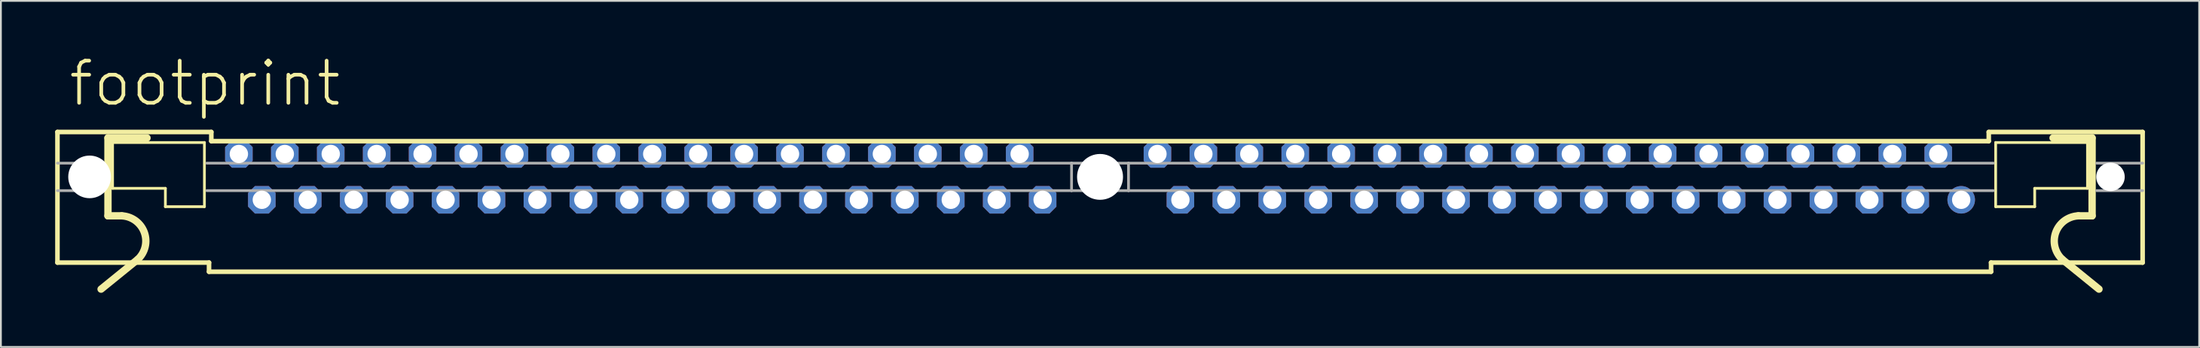
<source format=kicad_pcb>
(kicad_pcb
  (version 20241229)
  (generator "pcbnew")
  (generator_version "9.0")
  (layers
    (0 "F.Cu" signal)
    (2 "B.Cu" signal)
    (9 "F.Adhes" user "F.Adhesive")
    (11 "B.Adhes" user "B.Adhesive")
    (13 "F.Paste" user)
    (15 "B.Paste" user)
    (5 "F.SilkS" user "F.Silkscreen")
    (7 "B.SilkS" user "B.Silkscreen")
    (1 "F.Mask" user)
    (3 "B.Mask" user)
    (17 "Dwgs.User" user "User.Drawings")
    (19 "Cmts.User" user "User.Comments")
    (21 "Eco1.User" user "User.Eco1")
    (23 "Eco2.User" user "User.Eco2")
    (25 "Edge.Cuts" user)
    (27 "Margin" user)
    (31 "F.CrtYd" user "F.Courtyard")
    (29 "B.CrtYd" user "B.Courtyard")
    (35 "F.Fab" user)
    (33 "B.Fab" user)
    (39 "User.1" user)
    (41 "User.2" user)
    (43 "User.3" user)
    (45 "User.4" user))
  (footprint "footprint"
    (layer "F.Cu")
    (at 57.785 6.756)
    (property "Reference" "footprint" (at -57.15 -3.81 0) (layer "F.SilkS") (effects (font (size 2.337 2.337) (thickness 0.203)) (justify left bottom)))
    (fp_line (start -57.658 -2.489) (end -49.149 -2.489) (stroke (width 0.254) (type solid)) (layer "F.SilkS"))
    (fp_line (start -57.658 4.75) (end -57.658 -2.489) (stroke (width 0.254) (type solid)) (layer "F.SilkS"))
    (fp_line (start -54.864 -2.159) (end -54.864 2.159) (stroke (width 0.406) (type solid)) (layer "F.SilkS"))
    (fp_line (start -54.864 2.159) (end -54.102 2.159) (stroke (width 0.406) (type solid)) (layer "F.SilkS"))
    (fp_line (start -54.61 -1.905) (end -54.61 0.635) (stroke (width 0.152) (type solid)) (layer "F.SilkS"))
    (fp_line (start -53.213 4.572) (end -55.245 6.223) (stroke (width 0.406) (type solid)) (layer "F.SilkS"))
    (fp_line (start -52.705 -2.159) (end -54.864 -2.159) (stroke (width 0.406) (type solid)) (layer "F.SilkS"))
    (fp_line (start -51.689 0.635) (end -54.61 0.635) (stroke (width 0.152) (type solid)) (layer "F.SilkS"))
    (fp_line (start -51.689 1.651) (end -51.689 0.635) (stroke (width 0.152) (type solid)) (layer "F.SilkS"))
    (fp_line (start -51.689 1.651) (end -49.53 1.651) (stroke (width 0.152) (type solid)) (layer "F.SilkS"))
    (fp_line (start -49.53 -1.905) (end -54.61 -1.905) (stroke (width 0.152) (type solid)) (layer "F.SilkS"))
    (fp_line (start -49.53 1.651) (end -49.53 -1.905) (stroke (width 0.152) (type solid)) (layer "F.SilkS"))
    (fp_line (start -49.276 4.75) (end -57.658 4.75) (stroke (width 0.254) (type solid)) (layer "F.SilkS"))
    (fp_line (start -49.276 5.258) (end -49.276 4.75) (stroke (width 0.254) (type solid)) (layer "F.SilkS"))
    (fp_line (start -49.149 -1.981) (end -49.149 -2.489) (stroke (width 0.254) (type solid)) (layer "F.SilkS"))
    (fp_line (start -49.149 -1.981) (end 49.149 -1.981) (stroke (width 0.254) (type solid)) (layer "F.SilkS"))
    (fp_line (start 49.149 -2.489) (end 57.658 -2.489) (stroke (width 0.254) (type solid)) (layer "F.SilkS"))
    (fp_line (start 49.149 -1.981) (end 49.149 -2.489) (stroke (width 0.254) (type solid)) (layer "F.SilkS"))
    (fp_line (start 49.276 4.75) (end 49.276 5.258) (stroke (width 0.254) (type solid)) (layer "F.SilkS"))
    (fp_line (start 49.276 5.258) (end -49.276 5.258) (stroke (width 0.254) (type solid)) (layer "F.SilkS"))
    (fp_line (start 49.53 -1.905) (end 54.61 -1.905) (stroke (width 0.152) (type solid)) (layer "F.SilkS"))
    (fp_line (start 49.53 1.651) (end 49.53 -1.905) (stroke (width 0.152) (type solid)) (layer "F.SilkS"))
    (fp_line (start 51.689 0.635) (end 54.61 0.635) (stroke (width 0.152) (type solid)) (layer "F.SilkS"))
    (fp_line (start 51.689 1.651) (end 49.53 1.651) (stroke (width 0.152) (type solid)) (layer "F.SilkS"))
    (fp_line (start 51.689 1.651) (end 51.689 0.635) (stroke (width 0.152) (type solid)) (layer "F.SilkS"))
    (fp_line (start 52.705 -2.159) (end 54.864 -2.159) (stroke (width 0.406) (type solid)) (layer "F.SilkS"))
    (fp_line (start 53.213 4.572) (end 55.245 6.223) (stroke (width 0.406) (type solid)) (layer "F.SilkS"))
    (fp_line (start 54.61 -1.905) (end 54.61 0.635) (stroke (width 0.152) (type solid)) (layer "F.SilkS"))
    (fp_line (start 54.864 -2.159) (end 54.864 2.159) (stroke (width 0.406) (type solid)) (layer "F.SilkS"))
    (fp_line (start 54.864 2.159) (end 54.102 2.159) (stroke (width 0.406) (type solid)) (layer "F.SilkS"))
    (fp_line (start 57.658 -2.489) (end 57.658 4.75) (stroke (width 0.254) (type solid)) (layer "F.SilkS"))
    (fp_line (start 57.658 4.75) (end 49.276 4.75) (stroke (width 0.254) (type solid)) (layer "F.SilkS"))
    (fp_arc (start -54.102 2.159) (mid -52.85648 3.07034) (end -53.2131 4.5719) (stroke (width 0.4064) (type solid)) (layer "F.SilkS"))
    (fp_arc (start 53.213 4.572) (mid 52.856368 3.070308) (end 54.102 2.1589) (stroke (width 0.4064) (type solid)) (layer "F.SilkS"))
    (fp_line (start -57.658 -0.762) (end -55.118 -0.762) (stroke (width 0.152) (type solid)) (layer "F.Fab"))
    (fp_line (start -57.658 0.762) (end -55.118 0.762) (stroke (width 0.152) (type solid)) (layer "F.Fab"))
    (fp_line (start -49.403 -0.762) (end -1.575 -0.762) (stroke (width 0.152) (type solid)) (layer "F.Fab"))
    (fp_line (start -49.403 0.762) (end -1.575 0.762) (stroke (width 0.152) (type solid)) (layer "F.Fab"))
    (fp_line (start -1.575 -0.762) (end 1.575 -0.762) (stroke (width 0.152) (type solid)) (layer "F.Fab"))
    (fp_line (start -1.575 0.762) (end -1.575 -0.762) (stroke (width 0.152) (type solid)) (layer "F.Fab"))
    (fp_line (start -1.575 0.762) (end 1.575 0.762) (stroke (width 0.152) (type solid)) (layer "F.Fab"))
    (fp_line (start 1.575 0.762) (end 1.575 -0.762) (stroke (width 0.152) (type solid)) (layer "F.Fab"))
    (fp_line (start 49.403 -0.762) (end 1.575 -0.762) (stroke (width 0.152) (type solid)) (layer "F.Fab"))
    (fp_line (start 49.403 0.762) (end 1.575 0.762) (stroke (width 0.152) (type solid)) (layer "F.Fab"))
    (fp_line (start 57.658 -0.762) (end 55.118 -0.762) (stroke (width 0.152) (type solid)) (layer "F.Fab"))
    (fp_line (start 57.658 0.762) (end 55.118 0.762) (stroke (width 0.152) (type solid)) (layer "F.Fab"))
    (pad "" np_thru_hole circle (at -55.88 0) (size 2.362 2.362) (drill 2.362) (layers "*.Cu" "*.Mask"))
    (pad "" np_thru_hole circle (at 0 0) (size 2.54 2.54) (drill 2.54) (layers "*.Cu" "*.Mask"))
    (pad "" np_thru_hole circle (at 55.88 0) (size 1.575 1.575) (drill 1.575) (layers "*.Cu" "*.Mask"))
    (pad "1" thru_hole circle (at 47.625 1.27) (size 1.524 1.524) (drill 1.016) (layers "*.Cu" "*.Mask"))
    (pad "2" thru_hole roundrect (at 46.355 -1.27) (size 1.524 1.524) (drill 1.016) (layers "*.Cu" "*.Mask") (roundrect_rratio 0.25) (chamfer_ratio 0.25) (chamfer top_left top_right bottom_left bottom_right))
    (pad "3" thru_hole roundrect (at 45.085 1.27) (size 1.524 1.524) (drill 1.016) (layers "*.Cu" "*.Mask") (roundrect_rratio 0.25) (chamfer_ratio 0.25) (chamfer top_left top_right bottom_left bottom_right))
    (pad "4" thru_hole roundrect (at 43.815 -1.27) (size 1.524 1.524) (drill 1.016) (layers "*.Cu" "*.Mask") (roundrect_rratio 0.25) (chamfer_ratio 0.25) (chamfer top_left top_right bottom_left bottom_right))
    (pad "5" thru_hole roundrect (at 42.545 1.27) (size 1.524 1.524) (drill 1.016) (layers "*.Cu" "*.Mask") (roundrect_rratio 0.25) (chamfer_ratio 0.25) (chamfer top_left top_right bottom_left bottom_right))
    (pad "6" thru_hole roundrect (at 41.275 -1.27) (size 1.524 1.524) (drill 1.016) (layers "*.Cu" "*.Mask") (roundrect_rratio 0.25) (chamfer_ratio 0.25) (chamfer top_left top_right bottom_left bottom_right))
    (pad "7" thru_hole roundrect (at 40.005 1.27) (size 1.524 1.524) (drill 1.016) (layers "*.Cu" "*.Mask") (roundrect_rratio 0.25) (chamfer_ratio 0.25) (chamfer top_left top_right bottom_left bottom_right))
    (pad "8" thru_hole roundrect (at 38.735 -1.27) (size 1.524 1.524) (drill 1.016) (layers "*.Cu" "*.Mask") (roundrect_rratio 0.25) (chamfer_ratio 0.25) (chamfer top_left top_right bottom_left bottom_right))
    (pad "9" thru_hole roundrect (at 37.465 1.27) (size 1.524 1.524) (drill 1.016) (layers "*.Cu" "*.Mask") (roundrect_rratio 0.25) (chamfer_ratio 0.25) (chamfer top_left top_right bottom_left bottom_right))
    (pad "10" thru_hole roundrect (at 36.195 -1.27) (size 1.524 1.524) (drill 1.016) (layers "*.Cu" "*.Mask") (roundrect_rratio 0.25) (chamfer_ratio 0.25) (chamfer top_left top_right bottom_left bottom_right))
    (pad "11" thru_hole roundrect (at 34.925 1.27) (size 1.524 1.524) (drill 1.016) (layers "*.Cu" "*.Mask") (roundrect_rratio 0.25) (chamfer_ratio 0.25) (chamfer top_left top_right bottom_left bottom_right))
    (pad "12" thru_hole roundrect (at 33.655 -1.27) (size 1.524 1.524) (drill 1.016) (layers "*.Cu" "*.Mask") (roundrect_rratio 0.25) (chamfer_ratio 0.25) (chamfer top_left top_right bottom_left bottom_right))
    (pad "13" thru_hole roundrect (at 32.385 1.27) (size 1.524 1.524) (drill 1.016) (layers "*.Cu" "*.Mask") (roundrect_rratio 0.25) (chamfer_ratio 0.25) (chamfer top_left top_right bottom_left bottom_right))
    (pad "14" thru_hole roundrect (at 31.115 -1.27) (size 1.524 1.524) (drill 1.016) (layers "*.Cu" "*.Mask") (roundrect_rratio 0.25) (chamfer_ratio 0.25) (chamfer top_left top_right bottom_left bottom_right))
    (pad "15" thru_hole roundrect (at 29.845 1.27) (size 1.524 1.524) (drill 1.016) (layers "*.Cu" "*.Mask") (roundrect_rratio 0.25) (chamfer_ratio 0.25) (chamfer top_left top_right bottom_left bottom_right))
    (pad "16" thru_hole roundrect (at 28.575 -1.27) (size 1.524 1.524) (drill 1.016) (layers "*.Cu" "*.Mask") (roundrect_rratio 0.25) (chamfer_ratio 0.25) (chamfer top_left top_right bottom_left bottom_right))
    (pad "17" thru_hole roundrect (at 27.305 1.27) (size 1.524 1.524) (drill 1.016) (layers "*.Cu" "*.Mask") (roundrect_rratio 0.25) (chamfer_ratio 0.25) (chamfer top_left top_right bottom_left bottom_right))
    (pad "18" thru_hole roundrect (at 26.035 -1.27) (size 1.524 1.524) (drill 1.016) (layers "*.Cu" "*.Mask") (roundrect_rratio 0.25) (chamfer_ratio 0.25) (chamfer top_left top_right bottom_left bottom_right))
    (pad "19" thru_hole roundrect (at 24.765 1.27) (size 1.524 1.524) (drill 1.016) (layers "*.Cu" "*.Mask") (roundrect_rratio 0.25) (chamfer_ratio 0.25) (chamfer top_left top_right bottom_left bottom_right))
    (pad "20" thru_hole roundrect (at 23.495 -1.27) (size 1.524 1.524) (drill 1.016) (layers "*.Cu" "*.Mask") (roundrect_rratio 0.25) (chamfer_ratio 0.25) (chamfer top_left top_right bottom_left bottom_right))
    (pad "21" thru_hole roundrect (at 22.225 1.27) (size 1.524 1.524) (drill 1.016) (layers "*.Cu" "*.Mask") (roundrect_rratio 0.25) (chamfer_ratio 0.25) (chamfer top_left top_right bottom_left bottom_right))
    (pad "22" thru_hole roundrect (at 20.955 -1.27) (size 1.524 1.524) (drill 1.016) (layers "*.Cu" "*.Mask") (roundrect_rratio 0.25) (chamfer_ratio 0.25) (chamfer top_left top_right bottom_left bottom_right))
    (pad "23" thru_hole roundrect (at 19.685 1.27) (size 1.524 1.524) (drill 1.016) (layers "*.Cu" "*.Mask") (roundrect_rratio 0.25) (chamfer_ratio 0.25) (chamfer top_left top_right bottom_left bottom_right))
    (pad "24" thru_hole roundrect (at 18.415 -1.27) (size 1.524 1.524) (drill 1.016) (layers "*.Cu" "*.Mask") (roundrect_rratio 0.25) (chamfer_ratio 0.25) (chamfer top_left top_right bottom_left bottom_right))
    (pad "25" thru_hole roundrect (at 17.145 1.27) (size 1.524 1.524) (drill 1.016) (layers "*.Cu" "*.Mask") (roundrect_rratio 0.25) (chamfer_ratio 0.25) (chamfer top_left top_right bottom_left bottom_right))
    (pad "26" thru_hole roundrect (at 15.875 -1.27) (size 1.524 1.524) (drill 1.016) (layers "*.Cu" "*.Mask") (roundrect_rratio 0.25) (chamfer_ratio 0.25) (chamfer top_left top_right bottom_left bottom_right))
    (pad "27" thru_hole roundrect (at 14.605 1.27) (size 1.524 1.524) (drill 1.016) (layers "*.Cu" "*.Mask") (roundrect_rratio 0.25) (chamfer_ratio 0.25) (chamfer top_left top_right bottom_left bottom_right))
    (pad "28" thru_hole roundrect (at 13.335 -1.27) (size 1.524 1.524) (drill 1.016) (layers "*.Cu" "*.Mask") (roundrect_rratio 0.25) (chamfer_ratio 0.25) (chamfer top_left top_right bottom_left bottom_right))
    (pad "29" thru_hole roundrect (at 12.065 1.27) (size 1.524 1.524) (drill 1.016) (layers "*.Cu" "*.Mask") (roundrect_rratio 0.25) (chamfer_ratio 0.25) (chamfer top_left top_right bottom_left bottom_right))
    (pad "30" thru_hole roundrect (at 10.795 -1.27) (size 1.524 1.524) (drill 1.016) (layers "*.Cu" "*.Mask") (roundrect_rratio 0.25) (chamfer_ratio 0.25) (chamfer top_left top_right bottom_left bottom_right))
    (pad "31" thru_hole roundrect (at 9.525 1.27) (size 1.524 1.524) (drill 1.016) (layers "*.Cu" "*.Mask") (roundrect_rratio 0.25) (chamfer_ratio 0.25) (chamfer top_left top_right bottom_left bottom_right))
    (pad "32" thru_hole roundrect (at 8.255 -1.27) (size 1.524 1.524) (drill 1.016) (layers "*.Cu" "*.Mask") (roundrect_rratio 0.25) (chamfer_ratio 0.25) (chamfer top_left top_right bottom_left bottom_right))
    (pad "33" thru_hole roundrect (at 6.985 1.27) (size 1.524 1.524) (drill 1.016) (layers "*.Cu" "*.Mask") (roundrect_rratio 0.25) (chamfer_ratio 0.25) (chamfer top_left top_right bottom_left bottom_right))
    (pad "34" thru_hole roundrect (at 5.715 -1.27) (size 1.524 1.524) (drill 1.016) (layers "*.Cu" "*.Mask") (roundrect_rratio 0.25) (chamfer_ratio 0.25) (chamfer top_left top_right bottom_left bottom_right))
    (pad "35" thru_hole roundrect (at 4.445 1.27) (size 1.524 1.524) (drill 1.016) (layers "*.Cu" "*.Mask") (roundrect_rratio 0.25) (chamfer_ratio 0.25) (chamfer top_left top_right bottom_left bottom_right))
    (pad "36" thru_hole roundrect (at 3.175 -1.27) (size 1.524 1.524) (drill 1.016) (layers "*.Cu" "*.Mask") (roundrect_rratio 0.25) (chamfer_ratio 0.25) (chamfer top_left top_right bottom_left bottom_right))
    (pad "37" thru_hole roundrect (at -3.175 1.27) (size 1.524 1.524) (drill 1.016) (layers "*.Cu" "*.Mask") (roundrect_rratio 0.25) (chamfer_ratio 0.25) (chamfer top_left top_right bottom_left bottom_right))
    (pad "38" thru_hole roundrect (at -4.445 -1.27) (size 1.524 1.524) (drill 1.016) (layers "*.Cu" "*.Mask") (roundrect_rratio 0.25) (chamfer_ratio 0.25) (chamfer top_left top_right bottom_left bottom_right))
    (pad "39" thru_hole roundrect (at -5.715 1.27) (size 1.524 1.524) (drill 1.016) (layers "*.Cu" "*.Mask") (roundrect_rratio 0.25) (chamfer_ratio 0.25) (chamfer top_left top_right bottom_left bottom_right))
    (pad "40" thru_hole roundrect (at -6.985 -1.27) (size 1.524 1.524) (drill 1.016) (layers "*.Cu" "*.Mask") (roundrect_rratio 0.25) (chamfer_ratio 0.25) (chamfer top_left top_right bottom_left bottom_right))
    (pad "41" thru_hole roundrect (at -8.255 1.27) (size 1.524 1.524) (drill 1.016) (layers "*.Cu" "*.Mask") (roundrect_rratio 0.25) (chamfer_ratio 0.25) (chamfer top_left top_right bottom_left bottom_right))
    (pad "42" thru_hole roundrect (at -9.525 -1.27) (size 1.524 1.524) (drill 1.016) (layers "*.Cu" "*.Mask") (roundrect_rratio 0.25) (chamfer_ratio 0.25) (chamfer top_left top_right bottom_left bottom_right))
    (pad "43" thru_hole roundrect (at -10.795 1.27) (size 1.524 1.524) (drill 1.016) (layers "*.Cu" "*.Mask") (roundrect_rratio 0.25) (chamfer_ratio 0.25) (chamfer top_left top_right bottom_left bottom_right))
    (pad "44" thru_hole roundrect (at -12.065 -1.27) (size 1.524 1.524) (drill 1.016) (layers "*.Cu" "*.Mask") (roundrect_rratio 0.25) (chamfer_ratio 0.25) (chamfer top_left top_right bottom_left bottom_right))
    (pad "45" thru_hole roundrect (at -13.335 1.27) (size 1.524 1.524) (drill 1.016) (layers "*.Cu" "*.Mask") (roundrect_rratio 0.25) (chamfer_ratio 0.25) (chamfer top_left top_right bottom_left bottom_right))
    (pad "46" thru_hole roundrect (at -14.605 -1.27) (size 1.524 1.524) (drill 1.016) (layers "*.Cu" "*.Mask") (roundrect_rratio 0.25) (chamfer_ratio 0.25) (chamfer top_left top_right bottom_left bottom_right))
    (pad "47" thru_hole roundrect (at -15.875 1.27) (size 1.524 1.524) (drill 1.016) (layers "*.Cu" "*.Mask") (roundrect_rratio 0.25) (chamfer_ratio 0.25) (chamfer top_left top_right bottom_left bottom_right))
    (pad "48" thru_hole roundrect (at -17.145 -1.27) (size 1.524 1.524) (drill 1.016) (layers "*.Cu" "*.Mask") (roundrect_rratio 0.25) (chamfer_ratio 0.25) (chamfer top_left top_right bottom_left bottom_right))
    (pad "49" thru_hole roundrect (at -18.415 1.27) (size 1.524 1.524) (drill 1.016) (layers "*.Cu" "*.Mask") (roundrect_rratio 0.25) (chamfer_ratio 0.25) (chamfer top_left top_right bottom_left bottom_right))
    (pad "50" thru_hole roundrect (at -19.685 -1.27) (size 1.524 1.524) (drill 1.016) (layers "*.Cu" "*.Mask") (roundrect_rratio 0.25) (chamfer_ratio 0.25) (chamfer top_left top_right bottom_left bottom_right))
    (pad "51" thru_hole roundrect (at -20.955 1.27) (size 1.524 1.524) (drill 1.016) (layers "*.Cu" "*.Mask") (roundrect_rratio 0.25) (chamfer_ratio 0.25) (chamfer top_left top_right bottom_left bottom_right))
    (pad "52" thru_hole roundrect (at -22.225 -1.27) (size 1.524 1.524) (drill 1.016) (layers "*.Cu" "*.Mask") (roundrect_rratio 0.25) (chamfer_ratio 0.25) (chamfer top_left top_right bottom_left bottom_right))
    (pad "53" thru_hole roundrect (at -23.495 1.27) (size 1.524 1.524) (drill 1.016) (layers "*.Cu" "*.Mask") (roundrect_rratio 0.25) (chamfer_ratio 0.25) (chamfer top_left top_right bottom_left bottom_right))
    (pad "54" thru_hole roundrect (at -24.765 -1.27) (size 1.524 1.524) (drill 1.016) (layers "*.Cu" "*.Mask") (roundrect_rratio 0.25) (chamfer_ratio 0.25) (chamfer top_left top_right bottom_left bottom_right))
    (pad "55" thru_hole roundrect (at -26.035 1.27) (size 1.524 1.524) (drill 1.016) (layers "*.Cu" "*.Mask") (roundrect_rratio 0.25) (chamfer_ratio 0.25) (chamfer top_left top_right bottom_left bottom_right))
    (pad "56" thru_hole roundrect (at -27.305 -1.27) (size 1.524 1.524) (drill 1.016) (layers "*.Cu" "*.Mask") (roundrect_rratio 0.25) (chamfer_ratio 0.25) (chamfer top_left top_right bottom_left bottom_right))
    (pad "57" thru_hole roundrect (at -28.575 1.27) (size 1.524 1.524) (drill 1.016) (layers "*.Cu" "*.Mask") (roundrect_rratio 0.25) (chamfer_ratio 0.25) (chamfer top_left top_right bottom_left bottom_right))
    (pad "58" thru_hole roundrect (at -29.845 -1.27) (size 1.524 1.524) (drill 1.016) (layers "*.Cu" "*.Mask") (roundrect_rratio 0.25) (chamfer_ratio 0.25) (chamfer top_left top_right bottom_left bottom_right))
    (pad "59" thru_hole roundrect (at -31.115 1.27) (size 1.524 1.524) (drill 1.016) (layers "*.Cu" "*.Mask") (roundrect_rratio 0.25) (chamfer_ratio 0.25) (chamfer top_left top_right bottom_left bottom_right))
    (pad "60" thru_hole roundrect (at -32.385 -1.27) (size 1.524 1.524) (drill 1.016) (layers "*.Cu" "*.Mask") (roundrect_rratio 0.25) (chamfer_ratio 0.25) (chamfer top_left top_right bottom_left bottom_right))
    (pad "61" thru_hole roundrect (at -33.655 1.27) (size 1.524 1.524) (drill 1.016) (layers "*.Cu" "*.Mask") (roundrect_rratio 0.25) (chamfer_ratio 0.25) (chamfer top_left top_right bottom_left bottom_right))
    (pad "62" thru_hole roundrect (at -34.925 -1.27) (size 1.524 1.524) (drill 1.016) (layers "*.Cu" "*.Mask") (roundrect_rratio 0.25) (chamfer_ratio 0.25) (chamfer top_left top_right bottom_left bottom_right))
    (pad "63" thru_hole roundrect (at -36.195 1.27) (size 1.524 1.524) (drill 1.016) (layers "*.Cu" "*.Mask") (roundrect_rratio 0.25) (chamfer_ratio 0.25) (chamfer top_left top_right bottom_left bottom_right))
    (pad "64" thru_hole roundrect (at -37.465 -1.27) (size 1.524 1.524) (drill 1.016) (layers "*.Cu" "*.Mask") (roundrect_rratio 0.25) (chamfer_ratio 0.25) (chamfer top_left top_right bottom_left bottom_right))
    (pad "65" thru_hole roundrect (at -38.735 1.27) (size 1.524 1.524) (drill 1.016) (layers "*.Cu" "*.Mask") (roundrect_rratio 0.25) (chamfer_ratio 0.25) (chamfer top_left top_right bottom_left bottom_right))
    (pad "66" thru_hole roundrect (at -40.005 -1.27) (size 1.524 1.524) (drill 1.016) (layers "*.Cu" "*.Mask") (roundrect_rratio 0.25) (chamfer_ratio 0.25) (chamfer top_left top_right bottom_left bottom_right))
    (pad "67" thru_hole roundrect (at -41.275 1.27) (size 1.524 1.524) (drill 1.016) (layers "*.Cu" "*.Mask") (roundrect_rratio 0.25) (chamfer_ratio 0.25) (chamfer top_left top_right bottom_left bottom_right))
    (pad "68" thru_hole roundrect (at -42.545 -1.27) (size 1.524 1.524) (drill 1.016) (layers "*.Cu" "*.Mask") (roundrect_rratio 0.25) (chamfer_ratio 0.25) (chamfer top_left top_right bottom_left bottom_right))
    (pad "69" thru_hole roundrect (at -43.815 1.27) (size 1.524 1.524) (drill 1.016) (layers "*.Cu" "*.Mask") (roundrect_rratio 0.25) (chamfer_ratio 0.25) (chamfer top_left top_right bottom_left bottom_right))
    (pad "70" thru_hole roundrect (at -45.085 -1.27) (size 1.524 1.524) (drill 1.016) (layers "*.Cu" "*.Mask") (roundrect_rratio 0.25) (chamfer_ratio 0.25) (chamfer top_left top_right bottom_left bottom_right))
    (pad "71" thru_hole roundrect (at -46.355 1.27) (size 1.524 1.524) (drill 1.016) (layers "*.Cu" "*.Mask") (roundrect_rratio 0.25) (chamfer_ratio 0.25) (chamfer top_left top_right bottom_left bottom_right))
    (pad "72" thru_hole roundrect (at -47.625 -1.27) (size 1.524 1.524) (drill 1.016) (layers "*.Cu" "*.Mask") (roundrect_rratio 0.25) (chamfer_ratio 0.25) (chamfer top_left top_right bottom_left bottom_right)))
  (gr_rect
    (start -3 -3)
    (end 118.57 16.183)
    (stroke (width 0.1) (type default))
    (fill no)
    (layer "Edge.Cuts")))
</source>
